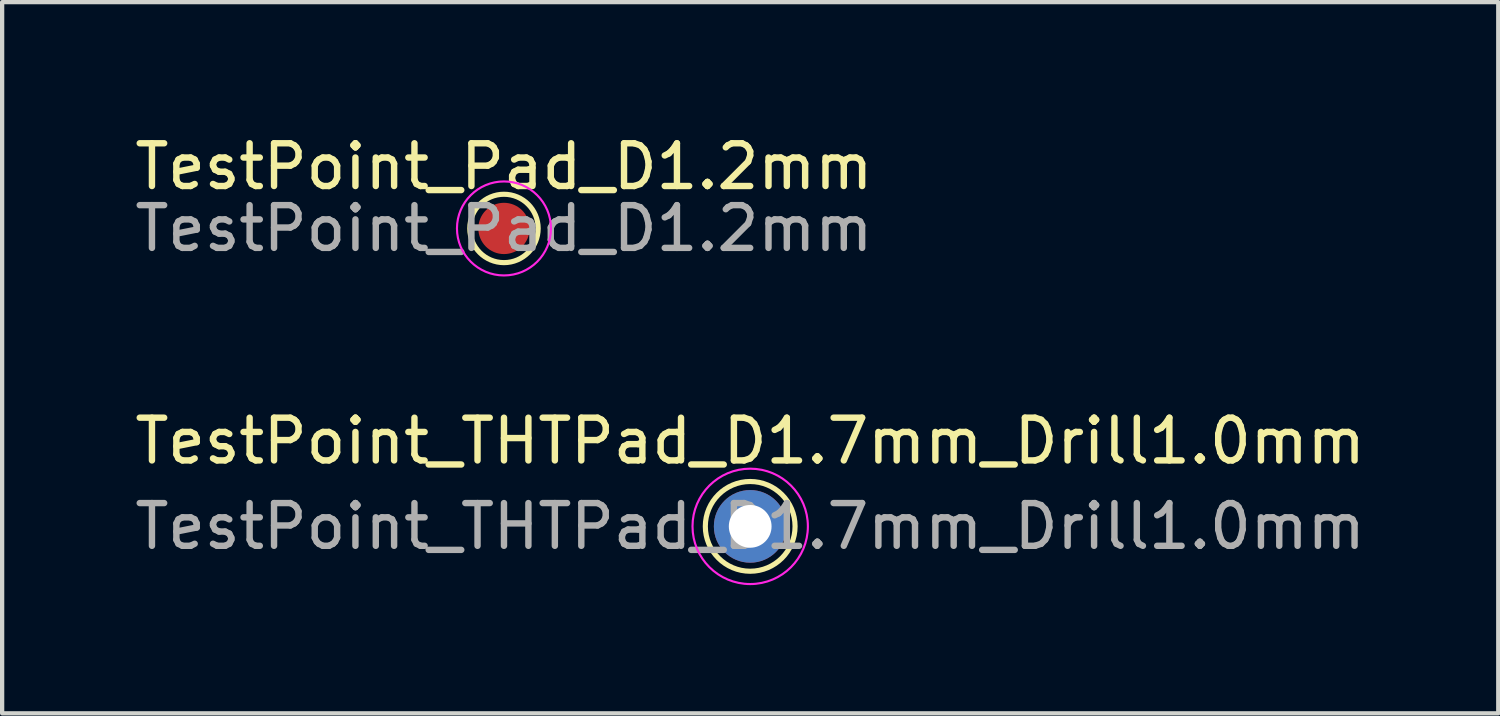
<source format=kicad_pcb>
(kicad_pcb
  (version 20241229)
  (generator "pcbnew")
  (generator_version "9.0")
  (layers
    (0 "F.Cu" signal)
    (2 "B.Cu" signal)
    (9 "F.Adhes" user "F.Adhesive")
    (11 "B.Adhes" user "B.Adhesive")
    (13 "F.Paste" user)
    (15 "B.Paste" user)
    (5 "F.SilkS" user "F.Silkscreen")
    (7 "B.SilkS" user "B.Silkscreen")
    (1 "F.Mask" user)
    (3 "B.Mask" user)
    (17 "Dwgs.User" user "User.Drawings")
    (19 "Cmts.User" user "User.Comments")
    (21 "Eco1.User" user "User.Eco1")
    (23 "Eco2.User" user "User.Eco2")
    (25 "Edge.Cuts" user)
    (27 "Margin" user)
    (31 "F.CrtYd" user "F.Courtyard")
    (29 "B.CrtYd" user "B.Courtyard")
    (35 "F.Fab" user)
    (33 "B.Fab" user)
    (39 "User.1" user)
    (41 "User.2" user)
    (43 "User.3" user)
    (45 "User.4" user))
  (footprint "TestPoint_THTPad_D1.7mm_Drill1.0mm"
    (layer "F.Cu")
    (at 14.506 9.268)
    (property "Reference" "TestPoint_THTPad_D1.7mm_Drill1.0mm" (at 0 -1.998 0) (layer "F.SilkS") (effects (font (size 1 1) (thickness 0.15))))
    (attr exclude_from_pos_files exclude_from_bom)
    (fp_circle (center 0 0) (end 1.05 0) (stroke (width 0.12) (type solid)) (fill no) (layer "F.SilkS"))
    (fp_circle (center 0 0) (end 1.35 0) (stroke (width 0.05) (type solid)) (fill no) (layer "F.CrtYd"))
    (fp_text user "${REFERENCE}" (at 0 0 0) (layer "F.Fab") (effects (font (size 1 1) (thickness 0.15))))
    (pad "1" thru_hole oval (at 0 0) (size 1.7 1.7) (drill 1) (layers "*.Cu" "*.Mask")))
  (footprint "TestPoint_Pad_D1.2mm"
    (layer "F.Cu")
    (at 8.744 2.296)
    (property "Reference" "TestPoint_Pad_D1.2mm" (at 0 -1.448 0) (layer "F.SilkS") (effects (font (size 1 1) (thickness 0.15))))
    (attr exclude_from_pos_files exclude_from_bom)
    (fp_circle (center 0 0) (end 0.8 0) (stroke (width 0.12) (type solid)) (fill no) (layer "F.SilkS"))
    (fp_circle (center 0 0) (end 1.1 0) (stroke (width 0.05) (type solid)) (fill no) (layer "F.CrtYd"))
    (fp_text user "${REFERENCE}" (at 0 0 0) (layer "F.Fab") (effects (font (size 1 1) (thickness 0.15))))
    (pad "1" smd circle (at 0 0) (size 1.2 1.2) (layers "F.Cu" "F.Mask")))
  (gr_rect
    (start -3 -3)
    (end 32.012 13.643)
    (stroke (width 0.1) (type default))
    (fill no)
    (layer "Edge.Cuts")))
</source>
